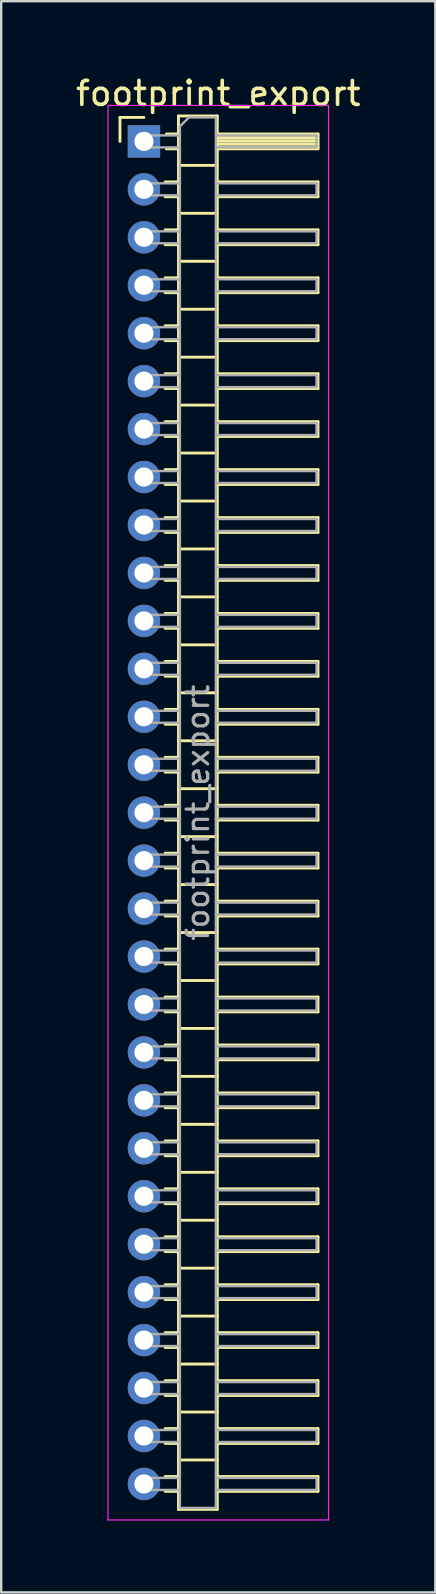
<source format=kicad_pcb>
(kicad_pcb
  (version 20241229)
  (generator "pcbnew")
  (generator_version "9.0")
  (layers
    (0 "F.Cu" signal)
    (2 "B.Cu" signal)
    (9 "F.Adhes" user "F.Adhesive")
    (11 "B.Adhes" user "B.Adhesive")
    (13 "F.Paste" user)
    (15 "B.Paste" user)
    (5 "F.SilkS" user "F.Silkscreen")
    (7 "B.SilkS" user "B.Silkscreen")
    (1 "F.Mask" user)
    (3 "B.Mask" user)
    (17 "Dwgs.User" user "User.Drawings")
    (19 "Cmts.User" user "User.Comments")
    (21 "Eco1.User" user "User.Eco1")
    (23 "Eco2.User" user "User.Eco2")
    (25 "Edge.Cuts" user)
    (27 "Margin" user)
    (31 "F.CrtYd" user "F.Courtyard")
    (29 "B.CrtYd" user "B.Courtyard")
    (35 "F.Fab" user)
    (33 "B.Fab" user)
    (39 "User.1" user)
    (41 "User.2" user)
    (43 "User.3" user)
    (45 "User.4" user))
  (footprint "footprint_export"
    (layer "F.Cu")
    (at 2.954 2.848)
    (property "Reference" "footprint_export" (at 3.1 -2 0) (layer "F.SilkS") (effects (font (size 1 1) (thickness 0.15))))
    (attr through_hole)
    (fp_line (start -1 -1) (end 0 -1) (stroke (width 0.12) (type solid)) (layer "F.SilkS"))
    (fp_line (start -1 0) (end -1 -1) (stroke (width 0.12) (type solid)) (layer "F.SilkS"))
    (fp_line (start 0.882 1.69) (end 1.44 1.69) (stroke (width 0.12) (type solid)) (layer "F.SilkS"))
    (fp_line (start 0.882 2.31) (end 1.44 2.31) (stroke (width 0.12) (type solid)) (layer "F.SilkS"))
    (fp_line (start 0.882 3.69) (end 1.44 3.69) (stroke (width 0.12) (type solid)) (layer "F.SilkS"))
    (fp_line (start 0.882 4.31) (end 1.44 4.31) (stroke (width 0.12) (type solid)) (layer "F.SilkS"))
    (fp_line (start 0.882 5.69) (end 1.44 5.69) (stroke (width 0.12) (type solid)) (layer "F.SilkS"))
    (fp_line (start 0.882 6.31) (end 1.44 6.31) (stroke (width 0.12) (type solid)) (layer "F.SilkS"))
    (fp_line (start 0.882 7.69) (end 1.44 7.69) (stroke (width 0.12) (type solid)) (layer "F.SilkS"))
    (fp_line (start 0.882 8.31) (end 1.44 8.31) (stroke (width 0.12) (type solid)) (layer "F.SilkS"))
    (fp_line (start 0.882 9.69) (end 1.44 9.69) (stroke (width 0.12) (type solid)) (layer "F.SilkS"))
    (fp_line (start 0.882 10.31) (end 1.44 10.31) (stroke (width 0.12) (type solid)) (layer "F.SilkS"))
    (fp_line (start 0.882 11.69) (end 1.44 11.69) (stroke (width 0.12) (type solid)) (layer "F.SilkS"))
    (fp_line (start 0.882 12.31) (end 1.44 12.31) (stroke (width 0.12) (type solid)) (layer "F.SilkS"))
    (fp_line (start 0.882 13.69) (end 1.44 13.69) (stroke (width 0.12) (type solid)) (layer "F.SilkS"))
    (fp_line (start 0.882 14.31) (end 1.44 14.31) (stroke (width 0.12) (type solid)) (layer "F.SilkS"))
    (fp_line (start 0.882 15.69) (end 1.44 15.69) (stroke (width 0.12) (type solid)) (layer "F.SilkS"))
    (fp_line (start 0.882 16.31) (end 1.44 16.31) (stroke (width 0.12) (type solid)) (layer "F.SilkS"))
    (fp_line (start 0.882 17.69) (end 1.44 17.69) (stroke (width 0.12) (type solid)) (layer "F.SilkS"))
    (fp_line (start 0.882 18.31) (end 1.44 18.31) (stroke (width 0.12) (type solid)) (layer "F.SilkS"))
    (fp_line (start 0.882 19.69) (end 1.44 19.69) (stroke (width 0.12) (type solid)) (layer "F.SilkS"))
    (fp_line (start 0.882 20.31) (end 1.44 20.31) (stroke (width 0.12) (type solid)) (layer "F.SilkS"))
    (fp_line (start 0.882 21.69) (end 1.44 21.69) (stroke (width 0.12) (type solid)) (layer "F.SilkS"))
    (fp_line (start 0.882 22.31) (end 1.44 22.31) (stroke (width 0.12) (type solid)) (layer "F.SilkS"))
    (fp_line (start 0.882 23.69) (end 1.44 23.69) (stroke (width 0.12) (type solid)) (layer "F.SilkS"))
    (fp_line (start 0.882 24.31) (end 1.44 24.31) (stroke (width 0.12) (type solid)) (layer "F.SilkS"))
    (fp_line (start 0.882 25.69) (end 1.44 25.69) (stroke (width 0.12) (type solid)) (layer "F.SilkS"))
    (fp_line (start 0.882 26.31) (end 1.44 26.31) (stroke (width 0.12) (type solid)) (layer "F.SilkS"))
    (fp_line (start 0.882 27.69) (end 1.44 27.69) (stroke (width 0.12) (type solid)) (layer "F.SilkS"))
    (fp_line (start 0.882 28.31) (end 1.44 28.31) (stroke (width 0.12) (type solid)) (layer "F.SilkS"))
    (fp_line (start 0.882 29.69) (end 1.44 29.69) (stroke (width 0.12) (type solid)) (layer "F.SilkS"))
    (fp_line (start 0.882 30.31) (end 1.44 30.31) (stroke (width 0.12) (type solid)) (layer "F.SilkS"))
    (fp_line (start 0.882 31.69) (end 1.44 31.69) (stroke (width 0.12) (type solid)) (layer "F.SilkS"))
    (fp_line (start 0.882 32.31) (end 1.44 32.31) (stroke (width 0.12) (type solid)) (layer "F.SilkS"))
    (fp_line (start 0.882 33.69) (end 1.44 33.69) (stroke (width 0.12) (type solid)) (layer "F.SilkS"))
    (fp_line (start 0.882 34.31) (end 1.44 34.31) (stroke (width 0.12) (type solid)) (layer "F.SilkS"))
    (fp_line (start 0.882 35.69) (end 1.44 35.69) (stroke (width 0.12) (type solid)) (layer "F.SilkS"))
    (fp_line (start 0.882 36.31) (end 1.44 36.31) (stroke (width 0.12) (type solid)) (layer "F.SilkS"))
    (fp_line (start 0.882 37.69) (end 1.44 37.69) (stroke (width 0.12) (type solid)) (layer "F.SilkS"))
    (fp_line (start 0.882 38.31) (end 1.44 38.31) (stroke (width 0.12) (type solid)) (layer "F.SilkS"))
    (fp_line (start 0.882 39.69) (end 1.44 39.69) (stroke (width 0.12) (type solid)) (layer "F.SilkS"))
    (fp_line (start 0.882 40.31) (end 1.44 40.31) (stroke (width 0.12) (type solid)) (layer "F.SilkS"))
    (fp_line (start 0.882 41.69) (end 1.44 41.69) (stroke (width 0.12) (type solid)) (layer "F.SilkS"))
    (fp_line (start 0.882 42.31) (end 1.44 42.31) (stroke (width 0.12) (type solid)) (layer "F.SilkS"))
    (fp_line (start 0.882 43.69) (end 1.44 43.69) (stroke (width 0.12) (type solid)) (layer "F.SilkS"))
    (fp_line (start 0.882 44.31) (end 1.44 44.31) (stroke (width 0.12) (type solid)) (layer "F.SilkS"))
    (fp_line (start 0.882 45.69) (end 1.44 45.69) (stroke (width 0.12) (type solid)) (layer "F.SilkS"))
    (fp_line (start 0.882 46.31) (end 1.44 46.31) (stroke (width 0.12) (type solid)) (layer "F.SilkS"))
    (fp_line (start 0.882 47.69) (end 1.44 47.69) (stroke (width 0.12) (type solid)) (layer "F.SilkS"))
    (fp_line (start 0.882 48.31) (end 1.44 48.31) (stroke (width 0.12) (type solid)) (layer "F.SilkS"))
    (fp_line (start 0.882 49.69) (end 1.44 49.69) (stroke (width 0.12) (type solid)) (layer "F.SilkS"))
    (fp_line (start 0.882 50.31) (end 1.44 50.31) (stroke (width 0.12) (type solid)) (layer "F.SilkS"))
    (fp_line (start 0.882 51.69) (end 1.44 51.69) (stroke (width 0.12) (type solid)) (layer "F.SilkS"))
    (fp_line (start 0.882 52.31) (end 1.44 52.31) (stroke (width 0.12) (type solid)) (layer "F.SilkS"))
    (fp_line (start 0.882 53.69) (end 1.44 53.69) (stroke (width 0.12) (type solid)) (layer "F.SilkS"))
    (fp_line (start 0.882 54.31) (end 1.44 54.31) (stroke (width 0.12) (type solid)) (layer "F.SilkS"))
    (fp_line (start 0.882 55.69) (end 1.44 55.69) (stroke (width 0.12) (type solid)) (layer "F.SilkS"))
    (fp_line (start 0.882 56.31) (end 1.44 56.31) (stroke (width 0.12) (type solid)) (layer "F.SilkS"))
    (fp_line (start 0.935 -0.31) (end 1.44 -0.31) (stroke (width 0.12) (type solid)) (layer "F.SilkS"))
    (fp_line (start 0.935 0.31) (end 1.44 0.31) (stroke (width 0.12) (type solid)) (layer "F.SilkS"))
    (fp_line (start 1.44 -1.06) (end 1.44 57.06) (stroke (width 0.12) (type solid)) (layer "F.SilkS"))
    (fp_line (start 1.44 1) (end 3.06 1) (stroke (width 0.12) (type solid)) (layer "F.SilkS"))
    (fp_line (start 1.44 3) (end 3.06 3) (stroke (width 0.12) (type solid)) (layer "F.SilkS"))
    (fp_line (start 1.44 5) (end 3.06 5) (stroke (width 0.12) (type solid)) (layer "F.SilkS"))
    (fp_line (start 1.44 7) (end 3.06 7) (stroke (width 0.12) (type solid)) (layer "F.SilkS"))
    (fp_line (start 1.44 9) (end 3.06 9) (stroke (width 0.12) (type solid)) (layer "F.SilkS"))
    (fp_line (start 1.44 11) (end 3.06 11) (stroke (width 0.12) (type solid)) (layer "F.SilkS"))
    (fp_line (start 1.44 13) (end 3.06 13) (stroke (width 0.12) (type solid)) (layer "F.SilkS"))
    (fp_line (start 1.44 15) (end 3.06 15) (stroke (width 0.12) (type solid)) (layer "F.SilkS"))
    (fp_line (start 1.44 17) (end 3.06 17) (stroke (width 0.12) (type solid)) (layer "F.SilkS"))
    (fp_line (start 1.44 19) (end 3.06 19) (stroke (width 0.12) (type solid)) (layer "F.SilkS"))
    (fp_line (start 1.44 21) (end 3.06 21) (stroke (width 0.12) (type solid)) (layer "F.SilkS"))
    (fp_line (start 1.44 23) (end 3.06 23) (stroke (width 0.12) (type solid)) (layer "F.SilkS"))
    (fp_line (start 1.44 25) (end 3.06 25) (stroke (width 0.12) (type solid)) (layer "F.SilkS"))
    (fp_line (start 1.44 27) (end 3.06 27) (stroke (width 0.12) (type solid)) (layer "F.SilkS"))
    (fp_line (start 1.44 29) (end 3.06 29) (stroke (width 0.12) (type solid)) (layer "F.SilkS"))
    (fp_line (start 1.44 31) (end 3.06 31) (stroke (width 0.12) (type solid)) (layer "F.SilkS"))
    (fp_line (start 1.44 33) (end 3.06 33) (stroke (width 0.12) (type solid)) (layer "F.SilkS"))
    (fp_line (start 1.44 35) (end 3.06 35) (stroke (width 0.12) (type solid)) (layer "F.SilkS"))
    (fp_line (start 1.44 37) (end 3.06 37) (stroke (width 0.12) (type solid)) (layer "F.SilkS"))
    (fp_line (start 1.44 39) (end 3.06 39) (stroke (width 0.12) (type solid)) (layer "F.SilkS"))
    (fp_line (start 1.44 41) (end 3.06 41) (stroke (width 0.12) (type solid)) (layer "F.SilkS"))
    (fp_line (start 1.44 43) (end 3.06 43) (stroke (width 0.12) (type solid)) (layer "F.SilkS"))
    (fp_line (start 1.44 45) (end 3.06 45) (stroke (width 0.12) (type solid)) (layer "F.SilkS"))
    (fp_line (start 1.44 47) (end 3.06 47) (stroke (width 0.12) (type solid)) (layer "F.SilkS"))
    (fp_line (start 1.44 49) (end 3.06 49) (stroke (width 0.12) (type solid)) (layer "F.SilkS"))
    (fp_line (start 1.44 51) (end 3.06 51) (stroke (width 0.12) (type solid)) (layer "F.SilkS"))
    (fp_line (start 1.44 53) (end 3.06 53) (stroke (width 0.12) (type solid)) (layer "F.SilkS"))
    (fp_line (start 1.44 55) (end 3.06 55) (stroke (width 0.12) (type solid)) (layer "F.SilkS"))
    (fp_line (start 1.44 57.06) (end 3.06 57.06) (stroke (width 0.12) (type solid)) (layer "F.SilkS"))
    (fp_line (start 3.06 -1.06) (end 1.44 -1.06) (stroke (width 0.12) (type solid)) (layer "F.SilkS"))
    (fp_line (start 3.06 -0.31) (end 7.26 -0.31) (stroke (width 0.12) (type solid)) (layer "F.SilkS"))
    (fp_line (start 3.06 -0.25) (end 7.26 -0.25) (stroke (width 0.12) (type solid)) (layer "F.SilkS"))
    (fp_line (start 3.06 -0.13) (end 7.26 -0.13) (stroke (width 0.12) (type solid)) (layer "F.SilkS"))
    (fp_line (start 3.06 -0.01) (end 7.26 -0.01) (stroke (width 0.12) (type solid)) (layer "F.SilkS"))
    (fp_line (start 3.06 0.11) (end 7.26 0.11) (stroke (width 0.12) (type solid)) (layer "F.SilkS"))
    (fp_line (start 3.06 0.23) (end 7.26 0.23) (stroke (width 0.12) (type solid)) (layer "F.SilkS"))
    (fp_line (start 3.06 1.69) (end 7.26 1.69) (stroke (width 0.12) (type solid)) (layer "F.SilkS"))
    (fp_line (start 3.06 3.69) (end 7.26 3.69) (stroke (width 0.12) (type solid)) (layer "F.SilkS"))
    (fp_line (start 3.06 5.69) (end 7.26 5.69) (stroke (width 0.12) (type solid)) (layer "F.SilkS"))
    (fp_line (start 3.06 7.69) (end 7.26 7.69) (stroke (width 0.12) (type solid)) (layer "F.SilkS"))
    (fp_line (start 3.06 9.69) (end 7.26 9.69) (stroke (width 0.12) (type solid)) (layer "F.SilkS"))
    (fp_line (start 3.06 11.69) (end 7.26 11.69) (stroke (width 0.12) (type solid)) (layer "F.SilkS"))
    (fp_line (start 3.06 13.69) (end 7.26 13.69) (stroke (width 0.12) (type solid)) (layer "F.SilkS"))
    (fp_line (start 3.06 15.69) (end 7.26 15.69) (stroke (width 0.12) (type solid)) (layer "F.SilkS"))
    (fp_line (start 3.06 17.69) (end 7.26 17.69) (stroke (width 0.12) (type solid)) (layer "F.SilkS"))
    (fp_line (start 3.06 19.69) (end 7.26 19.69) (stroke (width 0.12) (type solid)) (layer "F.SilkS"))
    (fp_line (start 3.06 21.69) (end 7.26 21.69) (stroke (width 0.12) (type solid)) (layer "F.SilkS"))
    (fp_line (start 3.06 23.69) (end 7.26 23.69) (stroke (width 0.12) (type solid)) (layer "F.SilkS"))
    (fp_line (start 3.06 25.69) (end 7.26 25.69) (stroke (width 0.12) (type solid)) (layer "F.SilkS"))
    (fp_line (start 3.06 27.69) (end 7.26 27.69) (stroke (width 0.12) (type solid)) (layer "F.SilkS"))
    (fp_line (start 3.06 29.69) (end 7.26 29.69) (stroke (width 0.12) (type solid)) (layer "F.SilkS"))
    (fp_line (start 3.06 31.69) (end 7.26 31.69) (stroke (width 0.12) (type solid)) (layer "F.SilkS"))
    (fp_line (start 3.06 33.69) (end 7.26 33.69) (stroke (width 0.12) (type solid)) (layer "F.SilkS"))
    (fp_line (start 3.06 35.69) (end 7.26 35.69) (stroke (width 0.12) (type solid)) (layer "F.SilkS"))
    (fp_line (start 3.06 37.69) (end 7.26 37.69) (stroke (width 0.12) (type solid)) (layer "F.SilkS"))
    (fp_line (start 3.06 39.69) (end 7.26 39.69) (stroke (width 0.12) (type solid)) (layer "F.SilkS"))
    (fp_line (start 3.06 41.69) (end 7.26 41.69) (stroke (width 0.12) (type solid)) (layer "F.SilkS"))
    (fp_line (start 3.06 43.69) (end 7.26 43.69) (stroke (width 0.12) (type solid)) (layer "F.SilkS"))
    (fp_line (start 3.06 45.69) (end 7.26 45.69) (stroke (width 0.12) (type solid)) (layer "F.SilkS"))
    (fp_line (start 3.06 47.69) (end 7.26 47.69) (stroke (width 0.12) (type solid)) (layer "F.SilkS"))
    (fp_line (start 3.06 49.69) (end 7.26 49.69) (stroke (width 0.12) (type solid)) (layer "F.SilkS"))
    (fp_line (start 3.06 51.69) (end 7.26 51.69) (stroke (width 0.12) (type solid)) (layer "F.SilkS"))
    (fp_line (start 3.06 53.69) (end 7.26 53.69) (stroke (width 0.12) (type solid)) (layer "F.SilkS"))
    (fp_line (start 3.06 55.69) (end 7.26 55.69) (stroke (width 0.12) (type solid)) (layer "F.SilkS"))
    (fp_line (start 3.06 57.06) (end 3.06 -1.06) (stroke (width 0.12) (type solid)) (layer "F.SilkS"))
    (fp_line (start 7.26 -0.31) (end 7.26 0.31) (stroke (width 0.12) (type solid)) (layer "F.SilkS"))
    (fp_line (start 7.26 0.31) (end 3.06 0.31) (stroke (width 0.12) (type solid)) (layer "F.SilkS"))
    (fp_line (start 7.26 1.69) (end 7.26 2.31) (stroke (width 0.12) (type solid)) (layer "F.SilkS"))
    (fp_line (start 7.26 2.31) (end 3.06 2.31) (stroke (width 0.12) (type solid)) (layer "F.SilkS"))
    (fp_line (start 7.26 3.69) (end 7.26 4.31) (stroke (width 0.12) (type solid)) (layer "F.SilkS"))
    (fp_line (start 7.26 4.31) (end 3.06 4.31) (stroke (width 0.12) (type solid)) (layer "F.SilkS"))
    (fp_line (start 7.26 5.69) (end 7.26 6.31) (stroke (width 0.12) (type solid)) (layer "F.SilkS"))
    (fp_line (start 7.26 6.31) (end 3.06 6.31) (stroke (width 0.12) (type solid)) (layer "F.SilkS"))
    (fp_line (start 7.26 7.69) (end 7.26 8.31) (stroke (width 0.12) (type solid)) (layer "F.SilkS"))
    (fp_line (start 7.26 8.31) (end 3.06 8.31) (stroke (width 0.12) (type solid)) (layer "F.SilkS"))
    (fp_line (start 7.26 9.69) (end 7.26 10.31) (stroke (width 0.12) (type solid)) (layer "F.SilkS"))
    (fp_line (start 7.26 10.31) (end 3.06 10.31) (stroke (width 0.12) (type solid)) (layer "F.SilkS"))
    (fp_line (start 7.26 11.69) (end 7.26 12.31) (stroke (width 0.12) (type solid)) (layer "F.SilkS"))
    (fp_line (start 7.26 12.31) (end 3.06 12.31) (stroke (width 0.12) (type solid)) (layer "F.SilkS"))
    (fp_line (start 7.26 13.69) (end 7.26 14.31) (stroke (width 0.12) (type solid)) (layer "F.SilkS"))
    (fp_line (start 7.26 14.31) (end 3.06 14.31) (stroke (width 0.12) (type solid)) (layer "F.SilkS"))
    (fp_line (start 7.26 15.69) (end 7.26 16.31) (stroke (width 0.12) (type solid)) (layer "F.SilkS"))
    (fp_line (start 7.26 16.31) (end 3.06 16.31) (stroke (width 0.12) (type solid)) (layer "F.SilkS"))
    (fp_line (start 7.26 17.69) (end 7.26 18.31) (stroke (width 0.12) (type solid)) (layer "F.SilkS"))
    (fp_line (start 7.26 18.31) (end 3.06 18.31) (stroke (width 0.12) (type solid)) (layer "F.SilkS"))
    (fp_line (start 7.26 19.69) (end 7.26 20.31) (stroke (width 0.12) (type solid)) (layer "F.SilkS"))
    (fp_line (start 7.26 20.31) (end 3.06 20.31) (stroke (width 0.12) (type solid)) (layer "F.SilkS"))
    (fp_line (start 7.26 21.69) (end 7.26 22.31) (stroke (width 0.12) (type solid)) (layer "F.SilkS"))
    (fp_line (start 7.26 22.31) (end 3.06 22.31) (stroke (width 0.12) (type solid)) (layer "F.SilkS"))
    (fp_line (start 7.26 23.69) (end 7.26 24.31) (stroke (width 0.12) (type solid)) (layer "F.SilkS"))
    (fp_line (start 7.26 24.31) (end 3.06 24.31) (stroke (width 0.12) (type solid)) (layer "F.SilkS"))
    (fp_line (start 7.26 25.69) (end 7.26 26.31) (stroke (width 0.12) (type solid)) (layer "F.SilkS"))
    (fp_line (start 7.26 26.31) (end 3.06 26.31) (stroke (width 0.12) (type solid)) (layer "F.SilkS"))
    (fp_line (start 7.26 27.69) (end 7.26 28.31) (stroke (width 0.12) (type solid)) (layer "F.SilkS"))
    (fp_line (start 7.26 28.31) (end 3.06 28.31) (stroke (width 0.12) (type solid)) (layer "F.SilkS"))
    (fp_line (start 7.26 29.69) (end 7.26 30.31) (stroke (width 0.12) (type solid)) (layer "F.SilkS"))
    (fp_line (start 7.26 30.31) (end 3.06 30.31) (stroke (width 0.12) (type solid)) (layer "F.SilkS"))
    (fp_line (start 7.26 31.69) (end 7.26 32.31) (stroke (width 0.12) (type solid)) (layer "F.SilkS"))
    (fp_line (start 7.26 32.31) (end 3.06 32.31) (stroke (width 0.12) (type solid)) (layer "F.SilkS"))
    (fp_line (start 7.26 33.69) (end 7.26 34.31) (stroke (width 0.12) (type solid)) (layer "F.SilkS"))
    (fp_line (start 7.26 34.31) (end 3.06 34.31) (stroke (width 0.12) (type solid)) (layer "F.SilkS"))
    (fp_line (start 7.26 35.69) (end 7.26 36.31) (stroke (width 0.12) (type solid)) (layer "F.SilkS"))
    (fp_line (start 7.26 36.31) (end 3.06 36.31) (stroke (width 0.12) (type solid)) (layer "F.SilkS"))
    (fp_line (start 7.26 37.69) (end 7.26 38.31) (stroke (width 0.12) (type solid)) (layer "F.SilkS"))
    (fp_line (start 7.26 38.31) (end 3.06 38.31) (stroke (width 0.12) (type solid)) (layer "F.SilkS"))
    (fp_line (start 7.26 39.69) (end 7.26 40.31) (stroke (width 0.12) (type solid)) (layer "F.SilkS"))
    (fp_line (start 7.26 40.31) (end 3.06 40.31) (stroke (width 0.12) (type solid)) (layer "F.SilkS"))
    (fp_line (start 7.26 41.69) (end 7.26 42.31) (stroke (width 0.12) (type solid)) (layer "F.SilkS"))
    (fp_line (start 7.26 42.31) (end 3.06 42.31) (stroke (width 0.12) (type solid)) (layer "F.SilkS"))
    (fp_line (start 7.26 43.69) (end 7.26 44.31) (stroke (width 0.12) (type solid)) (layer "F.SilkS"))
    (fp_line (start 7.26 44.31) (end 3.06 44.31) (stroke (width 0.12) (type solid)) (layer "F.SilkS"))
    (fp_line (start 7.26 45.69) (end 7.26 46.31) (stroke (width 0.12) (type solid)) (layer "F.SilkS"))
    (fp_line (start 7.26 46.31) (end 3.06 46.31) (stroke (width 0.12) (type solid)) (layer "F.SilkS"))
    (fp_line (start 7.26 47.69) (end 7.26 48.31) (stroke (width 0.12) (type solid)) (layer "F.SilkS"))
    (fp_line (start 7.26 48.31) (end 3.06 48.31) (stroke (width 0.12) (type solid)) (layer "F.SilkS"))
    (fp_line (start 7.26 49.69) (end 7.26 50.31) (stroke (width 0.12) (type solid)) (layer "F.SilkS"))
    (fp_line (start 7.26 50.31) (end 3.06 50.31) (stroke (width 0.12) (type solid)) (layer "F.SilkS"))
    (fp_line (start 7.26 51.69) (end 7.26 52.31) (stroke (width 0.12) (type solid)) (layer "F.SilkS"))
    (fp_line (start 7.26 52.31) (end 3.06 52.31) (stroke (width 0.12) (type solid)) (layer "F.SilkS"))
    (fp_line (start 7.26 53.69) (end 7.26 54.31) (stroke (width 0.12) (type solid)) (layer "F.SilkS"))
    (fp_line (start 7.26 54.31) (end 3.06 54.31) (stroke (width 0.12) (type solid)) (layer "F.SilkS"))
    (fp_line (start 7.26 55.69) (end 7.26 56.31) (stroke (width 0.12) (type solid)) (layer "F.SilkS"))
    (fp_line (start 7.26 56.31) (end 3.06 56.31) (stroke (width 0.12) (type solid)) (layer "F.SilkS"))
    (fp_line (start -1.5 -1.5) (end -1.5 57.5) (stroke (width 0.05) (type solid)) (layer "F.CrtYd"))
    (fp_line (start -1.5 57.5) (end 7.7 57.5) (stroke (width 0.05) (type solid)) (layer "F.CrtYd"))
    (fp_line (start 7.7 -1.5) (end -1.5 -1.5) (stroke (width 0.05) (type solid)) (layer "F.CrtYd"))
    (fp_line (start 7.7 57.5) (end 7.7 -1.5) (stroke (width 0.05) (type solid)) (layer "F.CrtYd"))
    (fp_line (start -0.25 -0.25) (end -0.25 0.25) (stroke (width 0.1) (type solid)) (layer "F.Fab"))
    (fp_line (start -0.25 -0.25) (end 1.5 -0.25) (stroke (width 0.1) (type solid)) (layer "F.Fab"))
    (fp_line (start -0.25 0.25) (end 1.5 0.25) (stroke (width 0.1) (type solid)) (layer "F.Fab"))
    (fp_line (start -0.25 1.75) (end -0.25 2.25) (stroke (width 0.1) (type solid)) (layer "F.Fab"))
    (fp_line (start -0.25 1.75) (end 1.5 1.75) (stroke (width 0.1) (type solid)) (layer "F.Fab"))
    (fp_line (start -0.25 2.25) (end 1.5 2.25) (stroke (width 0.1) (type solid)) (layer "F.Fab"))
    (fp_line (start -0.25 3.75) (end -0.25 4.25) (stroke (width 0.1) (type solid)) (layer "F.Fab"))
    (fp_line (start -0.25 3.75) (end 1.5 3.75) (stroke (width 0.1) (type solid)) (layer "F.Fab"))
    (fp_line (start -0.25 4.25) (end 1.5 4.25) (stroke (width 0.1) (type solid)) (layer "F.Fab"))
    (fp_line (start -0.25 5.75) (end -0.25 6.25) (stroke (width 0.1) (type solid)) (layer "F.Fab"))
    (fp_line (start -0.25 5.75) (end 1.5 5.75) (stroke (width 0.1) (type solid)) (layer "F.Fab"))
    (fp_line (start -0.25 6.25) (end 1.5 6.25) (stroke (width 0.1) (type solid)) (layer "F.Fab"))
    (fp_line (start -0.25 7.75) (end -0.25 8.25) (stroke (width 0.1) (type solid)) (layer "F.Fab"))
    (fp_line (start -0.25 7.75) (end 1.5 7.75) (stroke (width 0.1) (type solid)) (layer "F.Fab"))
    (fp_line (start -0.25 8.25) (end 1.5 8.25) (stroke (width 0.1) (type solid)) (layer "F.Fab"))
    (fp_line (start -0.25 9.75) (end -0.25 10.25) (stroke (width 0.1) (type solid)) (layer "F.Fab"))
    (fp_line (start -0.25 9.75) (end 1.5 9.75) (stroke (width 0.1) (type solid)) (layer "F.Fab"))
    (fp_line (start -0.25 10.25) (end 1.5 10.25) (stroke (width 0.1) (type solid)) (layer "F.Fab"))
    (fp_line (start -0.25 11.75) (end -0.25 12.25) (stroke (width 0.1) (type solid)) (layer "F.Fab"))
    (fp_line (start -0.25 11.75) (end 1.5 11.75) (stroke (width 0.1) (type solid)) (layer "F.Fab"))
    (fp_line (start -0.25 12.25) (end 1.5 12.25) (stroke (width 0.1) (type solid)) (layer "F.Fab"))
    (fp_line (start -0.25 13.75) (end -0.25 14.25) (stroke (width 0.1) (type solid)) (layer "F.Fab"))
    (fp_line (start -0.25 13.75) (end 1.5 13.75) (stroke (width 0.1) (type solid)) (layer "F.Fab"))
    (fp_line (start -0.25 14.25) (end 1.5 14.25) (stroke (width 0.1) (type solid)) (layer "F.Fab"))
    (fp_line (start -0.25 15.75) (end -0.25 16.25) (stroke (width 0.1) (type solid)) (layer "F.Fab"))
    (fp_line (start -0.25 15.75) (end 1.5 15.75) (stroke (width 0.1) (type solid)) (layer "F.Fab"))
    (fp_line (start -0.25 16.25) (end 1.5 16.25) (stroke (width 0.1) (type solid)) (layer "F.Fab"))
    (fp_line (start -0.25 17.75) (end -0.25 18.25) (stroke (width 0.1) (type solid)) (layer "F.Fab"))
    (fp_line (start -0.25 17.75) (end 1.5 17.75) (stroke (width 0.1) (type solid)) (layer "F.Fab"))
    (fp_line (start -0.25 18.25) (end 1.5 18.25) (stroke (width 0.1) (type solid)) (layer "F.Fab"))
    (fp_line (start -0.25 19.75) (end -0.25 20.25) (stroke (width 0.1) (type solid)) (layer "F.Fab"))
    (fp_line (start -0.25 19.75) (end 1.5 19.75) (stroke (width 0.1) (type solid)) (layer "F.Fab"))
    (fp_line (start -0.25 20.25) (end 1.5 20.25) (stroke (width 0.1) (type solid)) (layer "F.Fab"))
    (fp_line (start -0.25 21.75) (end -0.25 22.25) (stroke (width 0.1) (type solid)) (layer "F.Fab"))
    (fp_line (start -0.25 21.75) (end 1.5 21.75) (stroke (width 0.1) (type solid)) (layer "F.Fab"))
    (fp_line (start -0.25 22.25) (end 1.5 22.25) (stroke (width 0.1) (type solid)) (layer "F.Fab"))
    (fp_line (start -0.25 23.75) (end -0.25 24.25) (stroke (width 0.1) (type solid)) (layer "F.Fab"))
    (fp_line (start -0.25 23.75) (end 1.5 23.75) (stroke (width 0.1) (type solid)) (layer "F.Fab"))
    (fp_line (start -0.25 24.25) (end 1.5 24.25) (stroke (width 0.1) (type solid)) (layer "F.Fab"))
    (fp_line (start -0.25 25.75) (end -0.25 26.25) (stroke (width 0.1) (type solid)) (layer "F.Fab"))
    (fp_line (start -0.25 25.75) (end 1.5 25.75) (stroke (width 0.1) (type solid)) (layer "F.Fab"))
    (fp_line (start -0.25 26.25) (end 1.5 26.25) (stroke (width 0.1) (type solid)) (layer "F.Fab"))
    (fp_line (start -0.25 27.75) (end -0.25 28.25) (stroke (width 0.1) (type solid)) (layer "F.Fab"))
    (fp_line (start -0.25 27.75) (end 1.5 27.75) (stroke (width 0.1) (type solid)) (layer "F.Fab"))
    (fp_line (start -0.25 28.25) (end 1.5 28.25) (stroke (width 0.1) (type solid)) (layer "F.Fab"))
    (fp_line (start -0.25 29.75) (end -0.25 30.25) (stroke (width 0.1) (type solid)) (layer "F.Fab"))
    (fp_line (start -0.25 29.75) (end 1.5 29.75) (stroke (width 0.1) (type solid)) (layer "F.Fab"))
    (fp_line (start -0.25 30.25) (end 1.5 30.25) (stroke (width 0.1) (type solid)) (layer "F.Fab"))
    (fp_line (start -0.25 31.75) (end -0.25 32.25) (stroke (width 0.1) (type solid)) (layer "F.Fab"))
    (fp_line (start -0.25 31.75) (end 1.5 31.75) (stroke (width 0.1) (type solid)) (layer "F.Fab"))
    (fp_line (start -0.25 32.25) (end 1.5 32.25) (stroke (width 0.1) (type solid)) (layer "F.Fab"))
    (fp_line (start -0.25 33.75) (end -0.25 34.25) (stroke (width 0.1) (type solid)) (layer "F.Fab"))
    (fp_line (start -0.25 33.75) (end 1.5 33.75) (stroke (width 0.1) (type solid)) (layer "F.Fab"))
    (fp_line (start -0.25 34.25) (end 1.5 34.25) (stroke (width 0.1) (type solid)) (layer "F.Fab"))
    (fp_line (start -0.25 35.75) (end -0.25 36.25) (stroke (width 0.1) (type solid)) (layer "F.Fab"))
    (fp_line (start -0.25 35.75) (end 1.5 35.75) (stroke (width 0.1) (type solid)) (layer "F.Fab"))
    (fp_line (start -0.25 36.25) (end 1.5 36.25) (stroke (width 0.1) (type solid)) (layer "F.Fab"))
    (fp_line (start -0.25 37.75) (end -0.25 38.25) (stroke (width 0.1) (type solid)) (layer "F.Fab"))
    (fp_line (start -0.25 37.75) (end 1.5 37.75) (stroke (width 0.1) (type solid)) (layer "F.Fab"))
    (fp_line (start -0.25 38.25) (end 1.5 38.25) (stroke (width 0.1) (type solid)) (layer "F.Fab"))
    (fp_line (start -0.25 39.75) (end -0.25 40.25) (stroke (width 0.1) (type solid)) (layer "F.Fab"))
    (fp_line (start -0.25 39.75) (end 1.5 39.75) (stroke (width 0.1) (type solid)) (layer "F.Fab"))
    (fp_line (start -0.25 40.25) (end 1.5 40.25) (stroke (width 0.1) (type solid)) (layer "F.Fab"))
    (fp_line (start -0.25 41.75) (end -0.25 42.25) (stroke (width 0.1) (type solid)) (layer "F.Fab"))
    (fp_line (start -0.25 41.75) (end 1.5 41.75) (stroke (width 0.1) (type solid)) (layer "F.Fab"))
    (fp_line (start -0.25 42.25) (end 1.5 42.25) (stroke (width 0.1) (type solid)) (layer "F.Fab"))
    (fp_line (start -0.25 43.75) (end -0.25 44.25) (stroke (width 0.1) (type solid)) (layer "F.Fab"))
    (fp_line (start -0.25 43.75) (end 1.5 43.75) (stroke (width 0.1) (type solid)) (layer "F.Fab"))
    (fp_line (start -0.25 44.25) (end 1.5 44.25) (stroke (width 0.1) (type solid)) (layer "F.Fab"))
    (fp_line (start -0.25 45.75) (end -0.25 46.25) (stroke (width 0.1) (type solid)) (layer "F.Fab"))
    (fp_line (start -0.25 45.75) (end 1.5 45.75) (stroke (width 0.1) (type solid)) (layer "F.Fab"))
    (fp_line (start -0.25 46.25) (end 1.5 46.25) (stroke (width 0.1) (type solid)) (layer "F.Fab"))
    (fp_line (start -0.25 47.75) (end -0.25 48.25) (stroke (width 0.1) (type solid)) (layer "F.Fab"))
    (fp_line (start -0.25 47.75) (end 1.5 47.75) (stroke (width 0.1) (type solid)) (layer "F.Fab"))
    (fp_line (start -0.25 48.25) (end 1.5 48.25) (stroke (width 0.1) (type solid)) (layer "F.Fab"))
    (fp_line (start -0.25 49.75) (end -0.25 50.25) (stroke (width 0.1) (type solid)) (layer "F.Fab"))
    (fp_line (start -0.25 49.75) (end 1.5 49.75) (stroke (width 0.1) (type solid)) (layer "F.Fab"))
    (fp_line (start -0.25 50.25) (end 1.5 50.25) (stroke (width 0.1) (type solid)) (layer "F.Fab"))
    (fp_line (start -0.25 51.75) (end -0.25 52.25) (stroke (width 0.1) (type solid)) (layer "F.Fab"))
    (fp_line (start -0.25 51.75) (end 1.5 51.75) (stroke (width 0.1) (type solid)) (layer "F.Fab"))
    (fp_line (start -0.25 52.25) (end 1.5 52.25) (stroke (width 0.1) (type solid)) (layer "F.Fab"))
    (fp_line (start -0.25 53.75) (end -0.25 54.25) (stroke (width 0.1) (type solid)) (layer "F.Fab"))
    (fp_line (start -0.25 53.75) (end 1.5 53.75) (stroke (width 0.1) (type solid)) (layer "F.Fab"))
    (fp_line (start -0.25 54.25) (end 1.5 54.25) (stroke (width 0.1) (type solid)) (layer "F.Fab"))
    (fp_line (start -0.25 55.75) (end -0.25 56.25) (stroke (width 0.1) (type solid)) (layer "F.Fab"))
    (fp_line (start -0.25 55.75) (end 1.5 55.75) (stroke (width 0.1) (type solid)) (layer "F.Fab"))
    (fp_line (start -0.25 56.25) (end 1.5 56.25) (stroke (width 0.1) (type solid)) (layer "F.Fab"))
    (fp_line (start 1.5 -0.625) (end 1.875 -1) (stroke (width 0.1) (type solid)) (layer "F.Fab"))
    (fp_line (start 1.5 57) (end 1.5 -0.625) (stroke (width 0.1) (type solid)) (layer "F.Fab"))
    (fp_line (start 1.875 -1) (end 3 -1) (stroke (width 0.1) (type solid)) (layer "F.Fab"))
    (fp_line (start 3 -1) (end 3 57) (stroke (width 0.1) (type solid)) (layer "F.Fab"))
    (fp_line (start 3 -0.25) (end 7.2 -0.25) (stroke (width 0.1) (type solid)) (layer "F.Fab"))
    (fp_line (start 3 0.25) (end 7.2 0.25) (stroke (width 0.1) (type solid)) (layer "F.Fab"))
    (fp_line (start 3 1.75) (end 7.2 1.75) (stroke (width 0.1) (type solid)) (layer "F.Fab"))
    (fp_line (start 3 2.25) (end 7.2 2.25) (stroke (width 0.1) (type solid)) (layer "F.Fab"))
    (fp_line (start 3 3.75) (end 7.2 3.75) (stroke (width 0.1) (type solid)) (layer "F.Fab"))
    (fp_line (start 3 4.25) (end 7.2 4.25) (stroke (width 0.1) (type solid)) (layer "F.Fab"))
    (fp_line (start 3 5.75) (end 7.2 5.75) (stroke (width 0.1) (type solid)) (layer "F.Fab"))
    (fp_line (start 3 6.25) (end 7.2 6.25) (stroke (width 0.1) (type solid)) (layer "F.Fab"))
    (fp_line (start 3 7.75) (end 7.2 7.75) (stroke (width 0.1) (type solid)) (layer "F.Fab"))
    (fp_line (start 3 8.25) (end 7.2 8.25) (stroke (width 0.1) (type solid)) (layer "F.Fab"))
    (fp_line (start 3 9.75) (end 7.2 9.75) (stroke (width 0.1) (type solid)) (layer "F.Fab"))
    (fp_line (start 3 10.25) (end 7.2 10.25) (stroke (width 0.1) (type solid)) (layer "F.Fab"))
    (fp_line (start 3 11.75) (end 7.2 11.75) (stroke (width 0.1) (type solid)) (layer "F.Fab"))
    (fp_line (start 3 12.25) (end 7.2 12.25) (stroke (width 0.1) (type solid)) (layer "F.Fab"))
    (fp_line (start 3 13.75) (end 7.2 13.75) (stroke (width 0.1) (type solid)) (layer "F.Fab"))
    (fp_line (start 3 14.25) (end 7.2 14.25) (stroke (width 0.1) (type solid)) (layer "F.Fab"))
    (fp_line (start 3 15.75) (end 7.2 15.75) (stroke (width 0.1) (type solid)) (layer "F.Fab"))
    (fp_line (start 3 16.25) (end 7.2 16.25) (stroke (width 0.1) (type solid)) (layer "F.Fab"))
    (fp_line (start 3 17.75) (end 7.2 17.75) (stroke (width 0.1) (type solid)) (layer "F.Fab"))
    (fp_line (start 3 18.25) (end 7.2 18.25) (stroke (width 0.1) (type solid)) (layer "F.Fab"))
    (fp_line (start 3 19.75) (end 7.2 19.75) (stroke (width 0.1) (type solid)) (layer "F.Fab"))
    (fp_line (start 3 20.25) (end 7.2 20.25) (stroke (width 0.1) (type solid)) (layer "F.Fab"))
    (fp_line (start 3 21.75) (end 7.2 21.75) (stroke (width 0.1) (type solid)) (layer "F.Fab"))
    (fp_line (start 3 22.25) (end 7.2 22.25) (stroke (width 0.1) (type solid)) (layer "F.Fab"))
    (fp_line (start 3 23.75) (end 7.2 23.75) (stroke (width 0.1) (type solid)) (layer "F.Fab"))
    (fp_line (start 3 24.25) (end 7.2 24.25) (stroke (width 0.1) (type solid)) (layer "F.Fab"))
    (fp_line (start 3 25.75) (end 7.2 25.75) (stroke (width 0.1) (type solid)) (layer "F.Fab"))
    (fp_line (start 3 26.25) (end 7.2 26.25) (stroke (width 0.1) (type solid)) (layer "F.Fab"))
    (fp_line (start 3 27.75) (end 7.2 27.75) (stroke (width 0.1) (type solid)) (layer "F.Fab"))
    (fp_line (start 3 28.25) (end 7.2 28.25) (stroke (width 0.1) (type solid)) (layer "F.Fab"))
    (fp_line (start 3 29.75) (end 7.2 29.75) (stroke (width 0.1) (type solid)) (layer "F.Fab"))
    (fp_line (start 3 30.25) (end 7.2 30.25) (stroke (width 0.1) (type solid)) (layer "F.Fab"))
    (fp_line (start 3 31.75) (end 7.2 31.75) (stroke (width 0.1) (type solid)) (layer "F.Fab"))
    (fp_line (start 3 32.25) (end 7.2 32.25) (stroke (width 0.1) (type solid)) (layer "F.Fab"))
    (fp_line (start 3 33.75) (end 7.2 33.75) (stroke (width 0.1) (type solid)) (layer "F.Fab"))
    (fp_line (start 3 34.25) (end 7.2 34.25) (stroke (width 0.1) (type solid)) (layer "F.Fab"))
    (fp_line (start 3 35.75) (end 7.2 35.75) (stroke (width 0.1) (type solid)) (layer "F.Fab"))
    (fp_line (start 3 36.25) (end 7.2 36.25) (stroke (width 0.1) (type solid)) (layer "F.Fab"))
    (fp_line (start 3 37.75) (end 7.2 37.75) (stroke (width 0.1) (type solid)) (layer "F.Fab"))
    (fp_line (start 3 38.25) (end 7.2 38.25) (stroke (width 0.1) (type solid)) (layer "F.Fab"))
    (fp_line (start 3 39.75) (end 7.2 39.75) (stroke (width 0.1) (type solid)) (layer "F.Fab"))
    (fp_line (start 3 40.25) (end 7.2 40.25) (stroke (width 0.1) (type solid)) (layer "F.Fab"))
    (fp_line (start 3 41.75) (end 7.2 41.75) (stroke (width 0.1) (type solid)) (layer "F.Fab"))
    (fp_line (start 3 42.25) (end 7.2 42.25) (stroke (width 0.1) (type solid)) (layer "F.Fab"))
    (fp_line (start 3 43.75) (end 7.2 43.75) (stroke (width 0.1) (type solid)) (layer "F.Fab"))
    (fp_line (start 3 44.25) (end 7.2 44.25) (stroke (width 0.1) (type solid)) (layer "F.Fab"))
    (fp_line (start 3 45.75) (end 7.2 45.75) (stroke (width 0.1) (type solid)) (layer "F.Fab"))
    (fp_line (start 3 46.25) (end 7.2 46.25) (stroke (width 0.1) (type solid)) (layer "F.Fab"))
    (fp_line (start 3 47.75) (end 7.2 47.75) (stroke (width 0.1) (type solid)) (layer "F.Fab"))
    (fp_line (start 3 48.25) (end 7.2 48.25) (stroke (width 0.1) (type solid)) (layer "F.Fab"))
    (fp_line (start 3 49.75) (end 7.2 49.75) (stroke (width 0.1) (type solid)) (layer "F.Fab"))
    (fp_line (start 3 50.25) (end 7.2 50.25) (stroke (width 0.1) (type solid)) (layer "F.Fab"))
    (fp_line (start 3 51.75) (end 7.2 51.75) (stroke (width 0.1) (type solid)) (layer "F.Fab"))
    (fp_line (start 3 52.25) (end 7.2 52.25) (stroke (width 0.1) (type solid)) (layer "F.Fab"))
    (fp_line (start 3 53.75) (end 7.2 53.75) (stroke (width 0.1) (type solid)) (layer "F.Fab"))
    (fp_line (start 3 54.25) (end 7.2 54.25) (stroke (width 0.1) (type solid)) (layer "F.Fab"))
    (fp_line (start 3 55.75) (end 7.2 55.75) (stroke (width 0.1) (type solid)) (layer "F.Fab"))
    (fp_line (start 3 56.25) (end 7.2 56.25) (stroke (width 0.1) (type solid)) (layer "F.Fab"))
    (fp_line (start 3 57) (end 1.5 57) (stroke (width 0.1) (type solid)) (layer "F.Fab"))
    (fp_line (start 7.2 -0.25) (end 7.2 0.25) (stroke (width 0.1) (type solid)) (layer "F.Fab"))
    (fp_line (start 7.2 1.75) (end 7.2 2.25) (stroke (width 0.1) (type solid)) (layer "F.Fab"))
    (fp_line (start 7.2 3.75) (end 7.2 4.25) (stroke (width 0.1) (type solid)) (layer "F.Fab"))
    (fp_line (start 7.2 5.75) (end 7.2 6.25) (stroke (width 0.1) (type solid)) (layer "F.Fab"))
    (fp_line (start 7.2 7.75) (end 7.2 8.25) (stroke (width 0.1) (type solid)) (layer "F.Fab"))
    (fp_line (start 7.2 9.75) (end 7.2 10.25) (stroke (width 0.1) (type solid)) (layer "F.Fab"))
    (fp_line (start 7.2 11.75) (end 7.2 12.25) (stroke (width 0.1) (type solid)) (layer "F.Fab"))
    (fp_line (start 7.2 13.75) (end 7.2 14.25) (stroke (width 0.1) (type solid)) (layer "F.Fab"))
    (fp_line (start 7.2 15.75) (end 7.2 16.25) (stroke (width 0.1) (type solid)) (layer "F.Fab"))
    (fp_line (start 7.2 17.75) (end 7.2 18.25) (stroke (width 0.1) (type solid)) (layer "F.Fab"))
    (fp_line (start 7.2 19.75) (end 7.2 20.25) (stroke (width 0.1) (type solid)) (layer "F.Fab"))
    (fp_line (start 7.2 21.75) (end 7.2 22.25) (stroke (width 0.1) (type solid)) (layer "F.Fab"))
    (fp_line (start 7.2 23.75) (end 7.2 24.25) (stroke (width 0.1) (type solid)) (layer "F.Fab"))
    (fp_line (start 7.2 25.75) (end 7.2 26.25) (stroke (width 0.1) (type solid)) (layer "F.Fab"))
    (fp_line (start 7.2 27.75) (end 7.2 28.25) (stroke (width 0.1) (type solid)) (layer "F.Fab"))
    (fp_line (start 7.2 29.75) (end 7.2 30.25) (stroke (width 0.1) (type solid)) (layer "F.Fab"))
    (fp_line (start 7.2 31.75) (end 7.2 32.25) (stroke (width 0.1) (type solid)) (layer "F.Fab"))
    (fp_line (start 7.2 33.75) (end 7.2 34.25) (stroke (width 0.1) (type solid)) (layer "F.Fab"))
    (fp_line (start 7.2 35.75) (end 7.2 36.25) (stroke (width 0.1) (type solid)) (layer "F.Fab"))
    (fp_line (start 7.2 37.75) (end 7.2 38.25) (stroke (width 0.1) (type solid)) (layer "F.Fab"))
    (fp_line (start 7.2 39.75) (end 7.2 40.25) (stroke (width 0.1) (type solid)) (layer "F.Fab"))
    (fp_line (start 7.2 41.75) (end 7.2 42.25) (stroke (width 0.1) (type solid)) (layer "F.Fab"))
    (fp_line (start 7.2 43.75) (end 7.2 44.25) (stroke (width 0.1) (type solid)) (layer "F.Fab"))
    (fp_line (start 7.2 45.75) (end 7.2 46.25) (stroke (width 0.1) (type solid)) (layer "F.Fab"))
    (fp_line (start 7.2 47.75) (end 7.2 48.25) (stroke (width 0.1) (type solid)) (layer "F.Fab"))
    (fp_line (start 7.2 49.75) (end 7.2 50.25) (stroke (width 0.1) (type solid)) (layer "F.Fab"))
    (fp_line (start 7.2 51.75) (end 7.2 52.25) (stroke (width 0.1) (type solid)) (layer "F.Fab"))
    (fp_line (start 7.2 53.75) (end 7.2 54.25) (stroke (width 0.1) (type solid)) (layer "F.Fab"))
    (fp_line (start 7.2 55.75) (end 7.2 56.25) (stroke (width 0.1) (type solid)) (layer "F.Fab"))
    (fp_text user "${REFERENCE}" (at 2.25 28 90) (layer "F.Fab") (effects (font (size 0.9 0.9) (thickness 0.135))))
    (pad "1" thru_hole rect (at 0 0) (size 1.35 1.35) (drill 0.8) (layers "*.Cu" "*.Mask"))
    (pad "2" thru_hole oval (at 0 2) (size 1.35 1.35) (drill 0.8) (layers "*.Cu" "*.Mask"))
    (pad "3" thru_hole oval (at 0 4) (size 1.35 1.35) (drill 0.8) (layers "*.Cu" "*.Mask"))
    (pad "4" thru_hole oval (at 0 6) (size 1.35 1.35) (drill 0.8) (layers "*.Cu" "*.Mask"))
    (pad "5" thru_hole oval (at 0 8) (size 1.35 1.35) (drill 0.8) (layers "*.Cu" "*.Mask"))
    (pad "6" thru_hole oval (at 0 10) (size 1.35 1.35) (drill 0.8) (layers "*.Cu" "*.Mask"))
    (pad "7" thru_hole oval (at 0 12) (size 1.35 1.35) (drill 0.8) (layers "*.Cu" "*.Mask"))
    (pad "8" thru_hole oval (at 0 14) (size 1.35 1.35) (drill 0.8) (layers "*.Cu" "*.Mask"))
    (pad "9" thru_hole oval (at 0 16) (size 1.35 1.35) (drill 0.8) (layers "*.Cu" "*.Mask"))
    (pad "10" thru_hole oval (at 0 18) (size 1.35 1.35) (drill 0.8) (layers "*.Cu" "*.Mask"))
    (pad "11" thru_hole oval (at 0 20) (size 1.35 1.35) (drill 0.8) (layers "*.Cu" "*.Mask"))
    (pad "12" thru_hole oval (at 0 22) (size 1.35 1.35) (drill 0.8) (layers "*.Cu" "*.Mask"))
    (pad "13" thru_hole oval (at 0 24) (size 1.35 1.35) (drill 0.8) (layers "*.Cu" "*.Mask"))
    (pad "14" thru_hole oval (at 0 26) (size 1.35 1.35) (drill 0.8) (layers "*.Cu" "*.Mask"))
    (pad "15" thru_hole oval (at 0 28) (size 1.35 1.35) (drill 0.8) (layers "*.Cu" "*.Mask"))
    (pad "16" thru_hole oval (at 0 30) (size 1.35 1.35) (drill 0.8) (layers "*.Cu" "*.Mask"))
    (pad "17" thru_hole oval (at 0 32) (size 1.35 1.35) (drill 0.8) (layers "*.Cu" "*.Mask"))
    (pad "18" thru_hole oval (at 0 34) (size 1.35 1.35) (drill 0.8) (layers "*.Cu" "*.Mask"))
    (pad "19" thru_hole oval (at 0 36) (size 1.35 1.35) (drill 0.8) (layers "*.Cu" "*.Mask"))
    (pad "20" thru_hole oval (at 0 38) (size 1.35 1.35) (drill 0.8) (layers "*.Cu" "*.Mask"))
    (pad "21" thru_hole oval (at 0 40) (size 1.35 1.35) (drill 0.8) (layers "*.Cu" "*.Mask"))
    (pad "22" thru_hole oval (at 0 42) (size 1.35 1.35) (drill 0.8) (layers "*.Cu" "*.Mask"))
    (pad "23" thru_hole oval (at 0 44) (size 1.35 1.35) (drill 0.8) (layers "*.Cu" "*.Mask"))
    (pad "24" thru_hole oval (at 0 46) (size 1.35 1.35) (drill 0.8) (layers "*.Cu" "*.Mask"))
    (pad "25" thru_hole oval (at 0 48) (size 1.35 1.35) (drill 0.8) (layers "*.Cu" "*.Mask"))
    (pad "26" thru_hole oval (at 0 50) (size 1.35 1.35) (drill 0.8) (layers "*.Cu" "*.Mask"))
    (pad "27" thru_hole oval (at 0 52) (size 1.35 1.35) (drill 0.8) (layers "*.Cu" "*.Mask"))
    (pad "28" thru_hole oval (at 0 54) (size 1.35 1.35) (drill 0.8) (layers "*.Cu" "*.Mask"))
    (pad "29" thru_hole oval (at 0 56) (size 1.35 1.35) (drill 0.8) (layers "*.Cu" "*.Mask")))
  (gr_rect
    (start -3 -3)
    (end 15.107 63.373)
    (stroke (width 0.1) (type default))
    (fill no)
    (layer "Edge.Cuts")))
</source>
